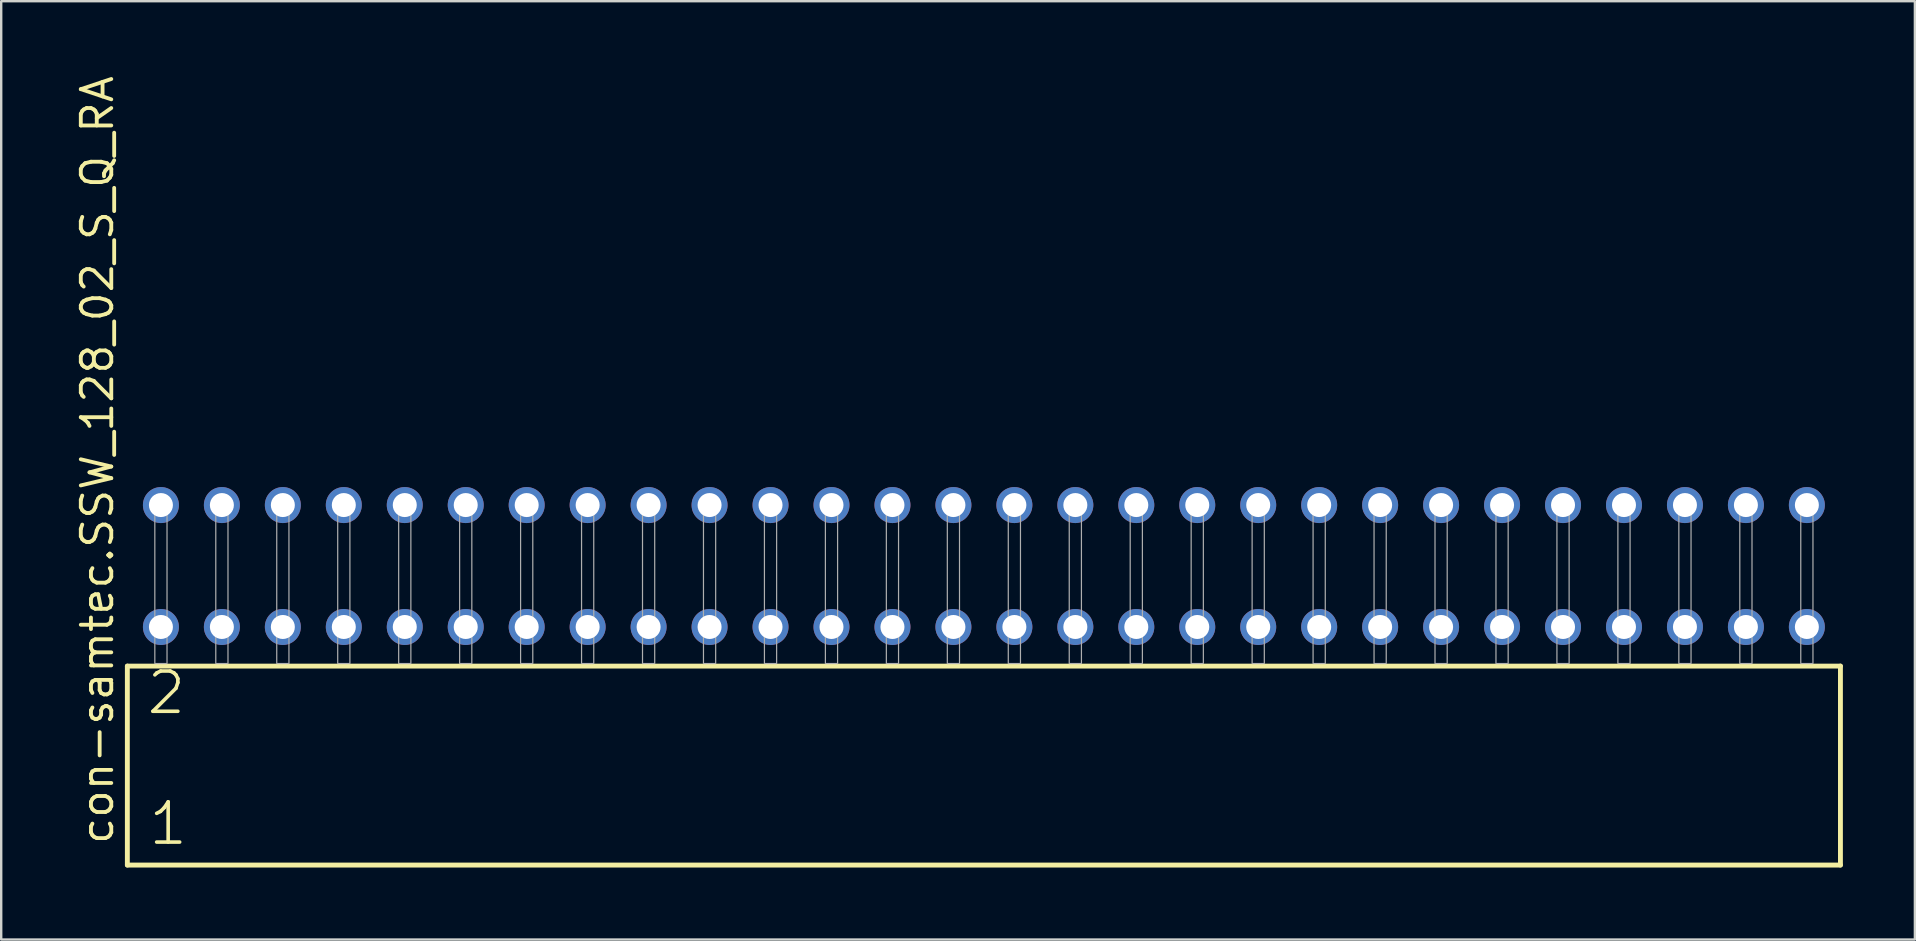
<source format=kicad_pcb>
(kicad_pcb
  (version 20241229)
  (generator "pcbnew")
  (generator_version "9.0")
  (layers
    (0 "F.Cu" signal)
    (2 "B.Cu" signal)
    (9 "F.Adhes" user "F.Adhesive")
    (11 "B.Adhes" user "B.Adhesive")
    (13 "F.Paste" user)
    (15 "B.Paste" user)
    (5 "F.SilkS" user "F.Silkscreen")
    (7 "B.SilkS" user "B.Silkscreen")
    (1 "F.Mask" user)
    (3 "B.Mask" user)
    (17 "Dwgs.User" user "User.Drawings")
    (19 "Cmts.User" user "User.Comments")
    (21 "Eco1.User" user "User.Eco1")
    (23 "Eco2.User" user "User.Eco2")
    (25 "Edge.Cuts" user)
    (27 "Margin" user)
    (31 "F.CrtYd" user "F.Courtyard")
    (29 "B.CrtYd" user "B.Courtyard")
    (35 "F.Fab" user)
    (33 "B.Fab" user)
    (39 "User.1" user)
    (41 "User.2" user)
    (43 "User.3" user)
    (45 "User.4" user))
  (footprint "con-samtec.SSW_128_02_S_Q_RA"
    (layer "F.Cu")
    (at 37.945 24.598)
    (property "Reference" "con-samtec.SSW_128_02_S_Q_RA" (at -36.195 7.62 90) (layer "F.SilkS") (effects (font (size 1.27 1.27) (thickness 0.16)) (justify left bottom)))
    (attr through_hole)
    (fp_line (start -35.689 0.106) (end -35.689 8.396) (stroke (width 0.203) (type default)) (layer "F.SilkS"))
    (fp_line (start -35.689 8.396) (end 35.689 8.396) (stroke (width 0.203) (type default)) (layer "F.SilkS"))
    (fp_line (start 35.689 0.106) (end -35.689 0.106) (stroke (width 0.203) (type default)) (layer "F.SilkS"))
    (fp_line (start 35.689 8.396) (end 35.689 0.106) (stroke (width 0.203) (type default)) (layer "F.SilkS"))
    (fp_rect (start -34.544 0) (end -34.036 -6.858) (stroke (width 0.05) (type default)) (fill no) (layer "F.Fab"))
    (fp_rect (start -32.004 0) (end -31.496 -6.858) (stroke (width 0.05) (type default)) (fill no) (layer "F.Fab"))
    (fp_rect (start -29.464 0) (end -28.956 -6.858) (stroke (width 0.05) (type default)) (fill no) (layer "F.Fab"))
    (fp_rect (start -26.924 0) (end -26.416 -6.858) (stroke (width 0.05) (type default)) (fill no) (layer "F.Fab"))
    (fp_rect (start -24.384 0) (end -23.876 -6.858) (stroke (width 0.05) (type default)) (fill no) (layer "F.Fab"))
    (fp_rect (start -21.844 0) (end -21.336 -6.858) (stroke (width 0.05) (type default)) (fill no) (layer "F.Fab"))
    (fp_rect (start -19.304 0) (end -18.796 -6.858) (stroke (width 0.05) (type default)) (fill no) (layer "F.Fab"))
    (fp_rect (start -16.764 0) (end -16.256 -6.858) (stroke (width 0.05) (type default)) (fill no) (layer "F.Fab"))
    (fp_rect (start -14.224 0) (end -13.716 -6.858) (stroke (width 0.05) (type default)) (fill no) (layer "F.Fab"))
    (fp_rect (start -11.684 0) (end -11.176 -6.858) (stroke (width 0.05) (type default)) (fill no) (layer "F.Fab"))
    (fp_rect (start -9.144 0) (end -8.636 -6.858) (stroke (width 0.05) (type default)) (fill no) (layer "F.Fab"))
    (fp_rect (start -6.604 0) (end -6.096 -6.858) (stroke (width 0.05) (type default)) (fill no) (layer "F.Fab"))
    (fp_rect (start -4.064 0) (end -3.556 -6.858) (stroke (width 0.05) (type default)) (fill no) (layer "F.Fab"))
    (fp_rect (start -1.524 0) (end -1.016 -6.858) (stroke (width 0.05) (type default)) (fill no) (layer "F.Fab"))
    (fp_rect (start 1.016 0) (end 1.524 -6.858) (stroke (width 0.05) (type default)) (fill no) (layer "F.Fab"))
    (fp_rect (start 3.556 0) (end 4.064 -6.858) (stroke (width 0.05) (type default)) (fill no) (layer "F.Fab"))
    (fp_rect (start 6.096 0) (end 6.604 -6.858) (stroke (width 0.05) (type default)) (fill no) (layer "F.Fab"))
    (fp_rect (start 8.636 0) (end 9.144 -6.858) (stroke (width 0.05) (type default)) (fill no) (layer "F.Fab"))
    (fp_rect (start 11.176 0) (end 11.684 -6.858) (stroke (width 0.05) (type default)) (fill no) (layer "F.Fab"))
    (fp_rect (start 13.716 0) (end 14.224 -6.858) (stroke (width 0.05) (type default)) (fill no) (layer "F.Fab"))
    (fp_rect (start 16.256 0) (end 16.764 -6.858) (stroke (width 0.05) (type default)) (fill no) (layer "F.Fab"))
    (fp_rect (start 18.796 0) (end 19.304 -6.858) (stroke (width 0.05) (type default)) (fill no) (layer "F.Fab"))
    (fp_rect (start 21.336 0) (end 21.844 -6.858) (stroke (width 0.05) (type default)) (fill no) (layer "F.Fab"))
    (fp_rect (start 23.876 0) (end 24.384 -6.858) (stroke (width 0.05) (type default)) (fill no) (layer "F.Fab"))
    (fp_rect (start 26.416 0) (end 26.924 -6.858) (stroke (width 0.05) (type default)) (fill no) (layer "F.Fab"))
    (fp_rect (start 28.956 0) (end 29.464 -6.858) (stroke (width 0.05) (type default)) (fill no) (layer "F.Fab"))
    (fp_rect (start 31.496 0) (end 32.004 -6.858) (stroke (width 0.05) (type default)) (fill no) (layer "F.Fab"))
    (fp_rect (start 34.036 0) (end 34.544 -6.858) (stroke (width 0.05) (type default)) (fill no) (layer "F.Fab"))
    (fp_text user "2" (at -34.96 2.2 0) (layer "F.SilkS") (effects (font (size 1.676 1.676) (thickness 0.15)) (justify left bottom)))
    (fp_text user "1" (at -34.885 7.65 0) (layer "F.SilkS") (effects (font (size 1.676 1.676) (thickness 0.15)) (justify left bottom)))
    (pad "1" thru_hole circle (at -34.29 -1.524) (size 1.5 1.5) (drill 1) (layers "*.Cu" "*.Mask"))
    (pad "2" thru_hole circle (at -34.29 -6.604) (size 1.5 1.5) (drill 1) (layers "*.Cu" "*.Mask"))
    (pad "3" thru_hole circle (at -31.75 -1.524) (size 1.5 1.5) (drill 1) (layers "*.Cu" "*.Mask"))
    (pad "4" thru_hole circle (at -31.75 -6.604) (size 1.5 1.5) (drill 1) (layers "*.Cu" "*.Mask"))
    (pad "5" thru_hole circle (at -29.21 -1.524) (size 1.5 1.5) (drill 1) (layers "*.Cu" "*.Mask"))
    (pad "6" thru_hole circle (at -29.21 -6.604) (size 1.5 1.5) (drill 1) (layers "*.Cu" "*.Mask"))
    (pad "7" thru_hole circle (at -26.67 -1.524) (size 1.5 1.5) (drill 1) (layers "*.Cu" "*.Mask"))
    (pad "8" thru_hole circle (at -26.67 -6.604) (size 1.5 1.5) (drill 1) (layers "*.Cu" "*.Mask"))
    (pad "9" thru_hole circle (at -24.13 -1.524) (size 1.5 1.5) (drill 1) (layers "*.Cu" "*.Mask"))
    (pad "10" thru_hole circle (at -24.13 -6.604) (size 1.5 1.5) (drill 1) (layers "*.Cu" "*.Mask"))
    (pad "11" thru_hole circle (at -21.59 -1.524) (size 1.5 1.5) (drill 1) (layers "*.Cu" "*.Mask"))
    (pad "12" thru_hole circle (at -21.59 -6.604) (size 1.5 1.5) (drill 1) (layers "*.Cu" "*.Mask"))
    (pad "13" thru_hole circle (at -19.05 -1.524) (size 1.5 1.5) (drill 1) (layers "*.Cu" "*.Mask"))
    (pad "14" thru_hole circle (at -19.05 -6.604) (size 1.5 1.5) (drill 1) (layers "*.Cu" "*.Mask"))
    (pad "15" thru_hole circle (at -16.51 -1.524) (size 1.5 1.5) (drill 1) (layers "*.Cu" "*.Mask"))
    (pad "16" thru_hole circle (at -16.51 -6.604) (size 1.5 1.5) (drill 1) (layers "*.Cu" "*.Mask"))
    (pad "17" thru_hole circle (at -13.97 -1.524) (size 1.5 1.5) (drill 1) (layers "*.Cu" "*.Mask"))
    (pad "18" thru_hole circle (at -13.97 -6.604) (size 1.5 1.5) (drill 1) (layers "*.Cu" "*.Mask"))
    (pad "19" thru_hole circle (at -11.43 -1.524) (size 1.5 1.5) (drill 1) (layers "*.Cu" "*.Mask"))
    (pad "20" thru_hole circle (at -11.43 -6.604) (size 1.5 1.5) (drill 1) (layers "*.Cu" "*.Mask"))
    (pad "21" thru_hole circle (at -8.89 -1.524) (size 1.5 1.5) (drill 1) (layers "*.Cu" "*.Mask"))
    (pad "22" thru_hole circle (at -8.89 -6.604) (size 1.5 1.5) (drill 1) (layers "*.Cu" "*.Mask"))
    (pad "23" thru_hole circle (at -6.35 -1.524) (size 1.5 1.5) (drill 1) (layers "*.Cu" "*.Mask"))
    (pad "24" thru_hole circle (at -6.35 -6.604) (size 1.5 1.5) (drill 1) (layers "*.Cu" "*.Mask"))
    (pad "25" thru_hole circle (at -3.81 -1.524) (size 1.5 1.5) (drill 1) (layers "*.Cu" "*.Mask"))
    (pad "26" thru_hole circle (at -3.81 -6.604) (size 1.5 1.5) (drill 1) (layers "*.Cu" "*.Mask"))
    (pad "27" thru_hole circle (at -1.27 -1.524) (size 1.5 1.5) (drill 1) (layers "*.Cu" "*.Mask"))
    (pad "28" thru_hole circle (at -1.27 -6.604) (size 1.5 1.5) (drill 1) (layers "*.Cu" "*.Mask"))
    (pad "29" thru_hole circle (at 1.27 -1.524) (size 1.5 1.5) (drill 1) (layers "*.Cu" "*.Mask"))
    (pad "30" thru_hole circle (at 1.27 -6.604) (size 1.5 1.5) (drill 1) (layers "*.Cu" "*.Mask"))
    (pad "31" thru_hole circle (at 3.81 -1.524) (size 1.5 1.5) (drill 1) (layers "*.Cu" "*.Mask"))
    (pad "32" thru_hole circle (at 3.81 -6.604) (size 1.5 1.5) (drill 1) (layers "*.Cu" "*.Mask"))
    (pad "33" thru_hole circle (at 6.35 -1.524) (size 1.5 1.5) (drill 1) (layers "*.Cu" "*.Mask"))
    (pad "34" thru_hole circle (at 6.35 -6.604) (size 1.5 1.5) (drill 1) (layers "*.Cu" "*.Mask"))
    (pad "35" thru_hole circle (at 8.89 -1.524) (size 1.5 1.5) (drill 1) (layers "*.Cu" "*.Mask"))
    (pad "36" thru_hole circle (at 8.89 -6.604) (size 1.5 1.5) (drill 1) (layers "*.Cu" "*.Mask"))
    (pad "37" thru_hole circle (at 11.43 -1.524) (size 1.5 1.5) (drill 1) (layers "*.Cu" "*.Mask"))
    (pad "38" thru_hole circle (at 11.43 -6.604) (size 1.5 1.5) (drill 1) (layers "*.Cu" "*.Mask"))
    (pad "39" thru_hole circle (at 13.97 -1.524) (size 1.5 1.5) (drill 1) (layers "*.Cu" "*.Mask"))
    (pad "40" thru_hole circle (at 13.97 -6.604) (size 1.5 1.5) (drill 1) (layers "*.Cu" "*.Mask"))
    (pad "41" thru_hole circle (at 16.51 -1.524) (size 1.5 1.5) (drill 1) (layers "*.Cu" "*.Mask"))
    (pad "42" thru_hole circle (at 16.51 -6.604) (size 1.5 1.5) (drill 1) (layers "*.Cu" "*.Mask"))
    (pad "43" thru_hole circle (at 19.05 -1.524) (size 1.5 1.5) (drill 1) (layers "*.Cu" "*.Mask"))
    (pad "44" thru_hole circle (at 19.05 -6.604) (size 1.5 1.5) (drill 1) (layers "*.Cu" "*.Mask"))
    (pad "45" thru_hole circle (at 21.59 -1.524) (size 1.5 1.5) (drill 1) (layers "*.Cu" "*.Mask"))
    (pad "46" thru_hole circle (at 21.59 -6.604) (size 1.5 1.5) (drill 1) (layers "*.Cu" "*.Mask"))
    (pad "47" thru_hole circle (at 24.13 -1.524) (size 1.5 1.5) (drill 1) (layers "*.Cu" "*.Mask"))
    (pad "48" thru_hole circle (at 24.13 -6.604) (size 1.5 1.5) (drill 1) (layers "*.Cu" "*.Mask"))
    (pad "49" thru_hole circle (at 26.67 -1.524) (size 1.5 1.5) (drill 1) (layers "*.Cu" "*.Mask"))
    (pad "50" thru_hole circle (at 26.67 -6.604) (size 1.5 1.5) (drill 1) (layers "*.Cu" "*.Mask"))
    (pad "51" thru_hole circle (at 29.21 -1.524) (size 1.5 1.5) (drill 1) (layers "*.Cu" "*.Mask"))
    (pad "52" thru_hole circle (at 29.21 -6.604) (size 1.5 1.5) (drill 1) (layers "*.Cu" "*.Mask"))
    (pad "53" thru_hole circle (at 31.75 -1.524) (size 1.5 1.5) (drill 1) (layers "*.Cu" "*.Mask"))
    (pad "54" thru_hole circle (at 31.75 -6.604) (size 1.5 1.5) (drill 1) (layers "*.Cu" "*.Mask"))
    (pad "55" thru_hole circle (at 34.29 -1.524) (size 1.5 1.5) (drill 1) (layers "*.Cu" "*.Mask"))
    (pad "56" thru_hole circle (at 34.29 -6.604) (size 1.5 1.5) (drill 1) (layers "*.Cu" "*.Mask")))
  (gr_rect
    (start -3 -3)
    (end 76.736 36.096)
    (stroke (width 0.1) (type default))
    (fill no)
    (layer "Edge.Cuts")))
</source>
